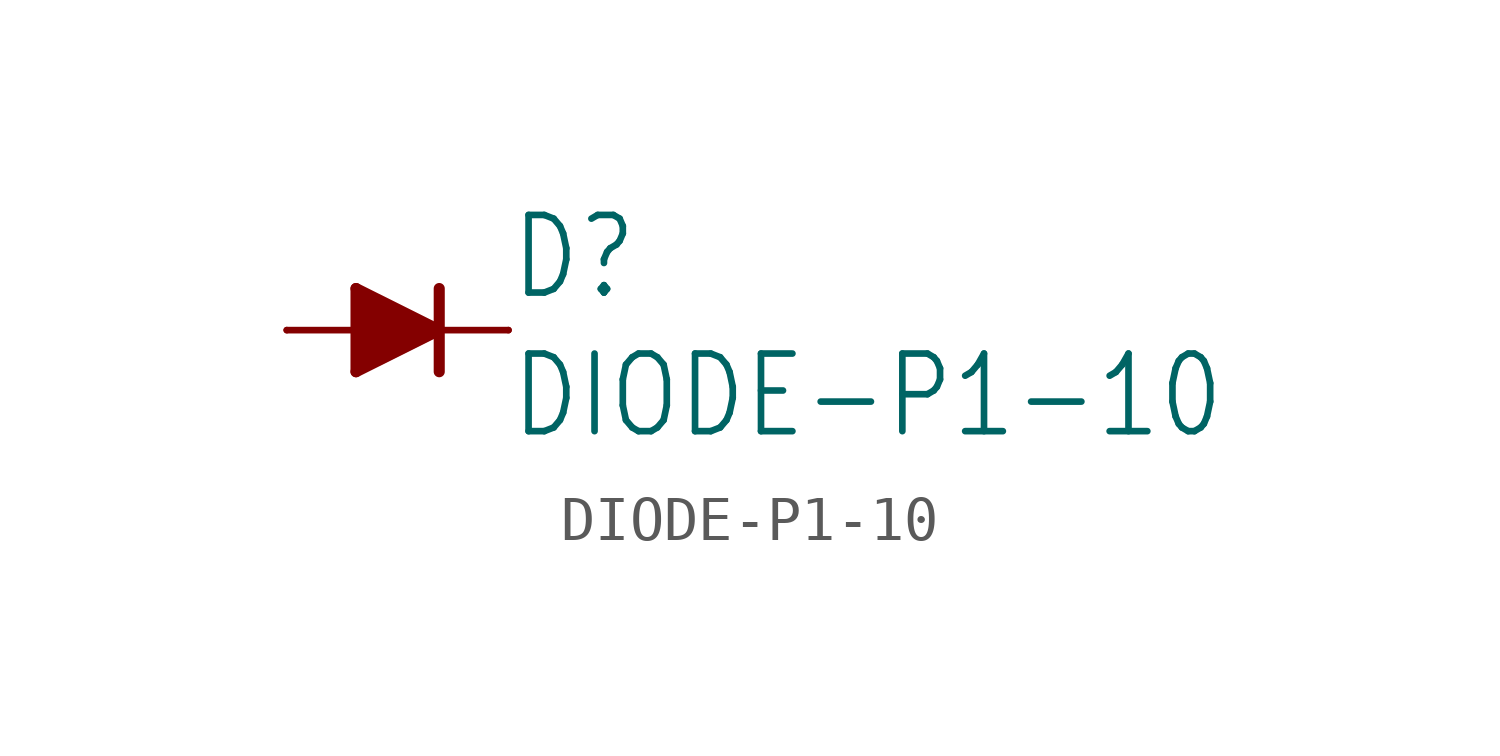
<source format=kicad_sym>
(kicad_symbol_lib
  (version 20211014)
  (generator kicad_symbol_editor)
  (symbol "DIODE-P1-10"
    (property "Reference" "D"
      (at 2.54 0.635 0)
      (effects (font (size 1.778 1.511)) (justify left bottom)))
    (property "Value" "DIODE-P1-10"
      (at 2.54 -2.54 0)
      (effects (font (size 1.778 1.511)) (justify left bottom)))
    (property "ki_locked" ""
      (at 0 0 0)
      (effects (font (size 1.27 1.27))))
    (symbol "DIODE-P1-10_1_0"
      (polyline (pts (xy -0.953 -0.953) (xy 0.953 0)) (stroke (width 0.254) (type default) (color 0 0 0 0)) (fill (type none)))
      (polyline (pts (xy -0.953 0) (xy -2.54 0)) (stroke (width 0.152) (type default) (color 0 0 0 0)) (fill (type none)))
      (polyline (pts (xy -0.953 0) (xy -0.953 -0.953)) (stroke (width 0.254) (type default) (color 0 0 0 0)) (fill (type none)))
      (polyline (pts (xy -0.953 0.953) (xy -0.953 0)) (stroke (width 0.254) (type default) (color 0 0 0 0)) (fill (type none)))
      (polyline (pts (xy 0.953 0) (xy -0.953 0.953)) (stroke (width 0.254) (type default) (color 0 0 0 0)) (fill (type none)))
      (polyline (pts (xy 0.953 0) (xy 0.953 -0.953)) (stroke (width 0.254) (type default) (color 0 0 0 0)) (fill (type none)))
      (polyline (pts (xy 0.953 0) (xy 2.54 0)) (stroke (width 0.152) (type default) (color 0 0 0 0)) (fill (type none)))
      (polyline (pts (xy 0.953 0.953) (xy 0.953 0)) (stroke (width 0.254) (type default) (color 0 0 0 0)) (fill (type none)))
      (polyline (pts (xy -0.953 0.953) (xy 0.953 0) (xy -0.953 -0.953)) (stroke (width 0) (type default) (color 0 0 0 0)) (fill (type outline)))
      (pin passive line (at -2.54 0 0) (length 0) (name "A" (effects (font (size 0 0)))) (number "A" (effects (font (size 0 0)))))
      (pin passive line (at 2.54 0 180) (length 0) (name "C" (effects (font (size 0 0)))) (number "C" (effects (font (size 0 0))))))))
</source>
